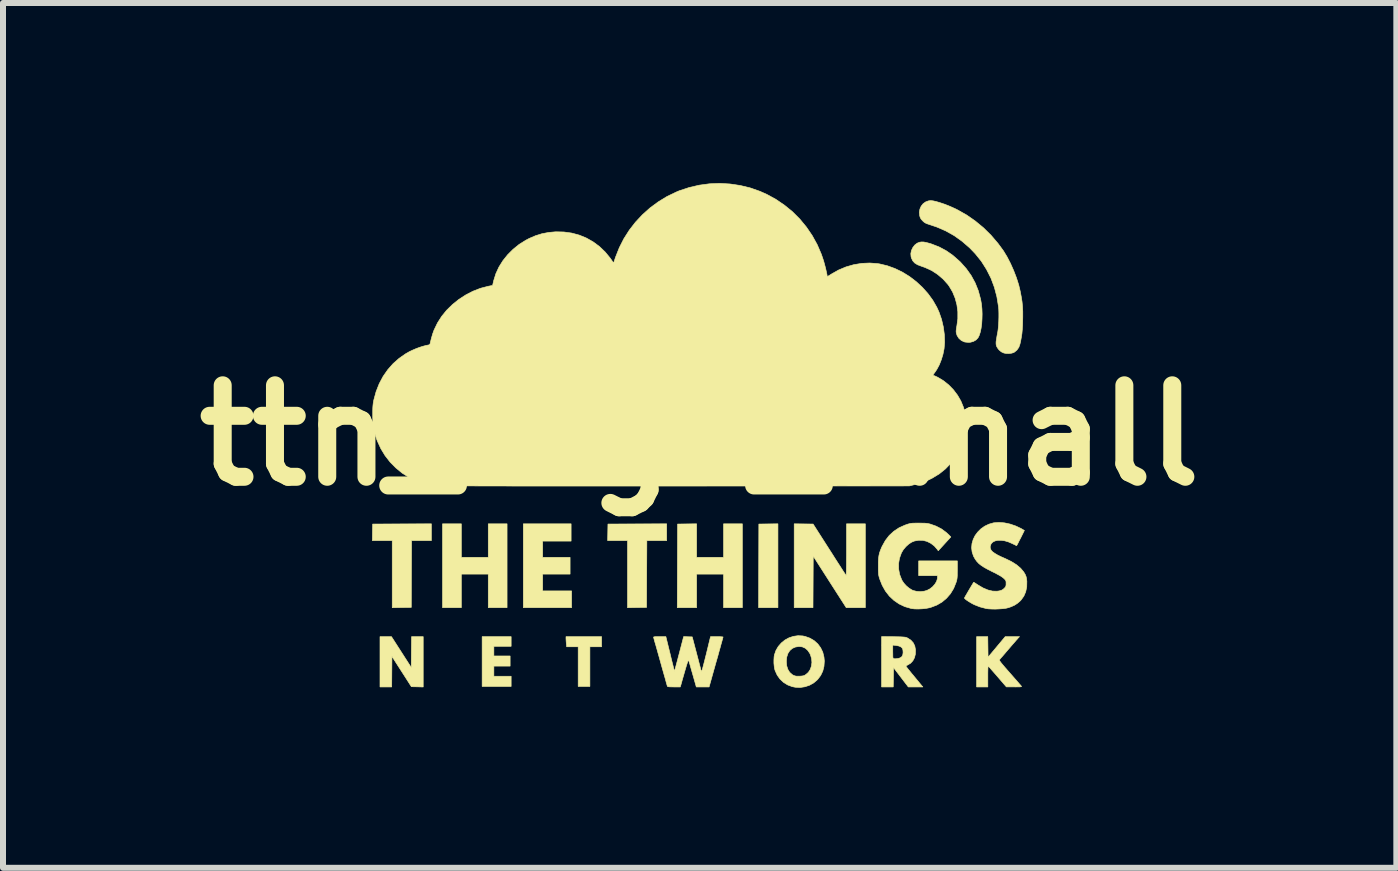
<source format=kicad_pcb>
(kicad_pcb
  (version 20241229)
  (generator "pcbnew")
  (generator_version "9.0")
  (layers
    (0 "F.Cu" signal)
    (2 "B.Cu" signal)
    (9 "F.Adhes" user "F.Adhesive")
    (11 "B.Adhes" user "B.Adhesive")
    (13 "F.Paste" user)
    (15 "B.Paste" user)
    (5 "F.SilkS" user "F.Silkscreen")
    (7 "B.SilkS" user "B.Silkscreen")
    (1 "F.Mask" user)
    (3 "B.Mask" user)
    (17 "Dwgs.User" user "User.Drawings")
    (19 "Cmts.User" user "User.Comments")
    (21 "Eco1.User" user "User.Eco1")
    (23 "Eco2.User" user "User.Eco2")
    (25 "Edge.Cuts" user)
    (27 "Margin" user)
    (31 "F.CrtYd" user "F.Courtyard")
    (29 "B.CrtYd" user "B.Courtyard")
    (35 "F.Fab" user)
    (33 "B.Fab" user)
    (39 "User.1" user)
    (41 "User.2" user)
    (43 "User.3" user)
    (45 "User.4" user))
  (footprint "ttn_logo_small"
    (layer "F.Cu")
    (at 8.607 4.204)
    (property "Reference" "ttn_logo_small" (at 0 0 0) (layer "F.SilkS") (effects (font (size 1.524 1.524) (thickness 0.3))))
    (attr through_hole)
    (fp_poly (pts (xy 1.304 2.87) (xy 0.982 2.87) (xy 0.986 1.477) (xy 1.145 1.475) (xy 1.304 1.473) (xy 1.304 2.87)) (stroke (width 0.01) (type solid)) (fill yes) (layer "F.SilkS"))
    (fp_poly (pts (xy -0.55 1.753) (xy -0.88 1.753) (xy -0.883 2.309) (xy -0.885 2.866) (xy -1.044 2.868) (xy -1.202 2.871) (xy -1.202 1.753) (xy -1.533 1.753) (xy -1.528 1.477) (xy -1.039 1.475) (xy -0.55 1.473) (xy -0.55 1.753)) (stroke (width 0.01) (type solid)) (fill yes) (layer "F.SilkS"))
    (fp_poly (pts (xy -4.47 1.753) (xy -4.8 1.753) (xy -4.803 2.309) (xy -4.805 2.866) (xy -4.964 2.868) (xy -5.122 2.871) (xy -5.122 1.753) (xy -5.453 1.753) (xy -5.451 1.615) (xy -5.448 1.477) (xy -4.959 1.475) (xy -4.47 1.473) (xy -4.47 1.753)) (stroke (width 0.01) (type solid)) (fill yes) (layer "F.SilkS"))
    (fp_poly (pts (xy -3.971 2.032) (xy -3.522 2.032) (xy -3.522 1.473) (xy -3.209 1.473) (xy -3.209 2.87) (xy -3.522 2.87) (xy -3.522 2.311) (xy -3.971 2.311) (xy -3.971 2.87) (xy -4.284 2.87) (xy -4.284 1.473) (xy -3.971 1.473) (xy -3.971 2.032)) (stroke (width 0.01) (type solid)) (fill yes) (layer "F.SilkS"))
    (fp_poly (pts (xy -3.141 3.514) (xy -3.429 3.514) (xy -3.429 3.675) (xy -3.158 3.675) (xy -3.158 3.844) (xy -3.429 3.844) (xy -3.429 4.013) (xy -3.141 4.013) (xy -3.141 4.183) (xy -3.624 4.183) (xy -3.624 3.353) (xy -3.141 3.353) (xy -3.141 3.514)) (stroke (width 0.01) (type solid)) (fill yes) (layer "F.SilkS"))
    (fp_poly (pts (xy -2.142 1.761) (xy -2.616 1.761) (xy -2.616 2.032) (xy -2.159 2.032) (xy -2.159 2.311) (xy -2.616 2.311) (xy -2.616 2.591) (xy -2.134 2.591) (xy -2.134 2.87) (xy -2.938 2.87) (xy -2.938 1.473) (xy -2.142 1.473) (xy -2.142 1.761)) (stroke (width 0.01) (type solid)) (fill yes) (layer "F.SilkS"))
    (fp_poly (pts (xy -1.634 3.522) (xy -1.829 3.522) (xy -1.829 4.183) (xy -2.024 4.183) (xy -2.024 3.522) (xy -2.216 3.522) (xy -2.221 3.47) (xy -2.224 3.436) (xy -2.226 3.403) (xy -2.227 3.385) (xy -2.227 3.353) (xy -1.634 3.353) (xy -1.634 3.522)) (stroke (width 0.01) (type solid)) (fill yes) (layer "F.SilkS"))
    (fp_poly (pts (xy -0.051 2.032) (xy 0.398 2.032) (xy 0.398 1.473) (xy 0.711 1.473) (xy 0.711 2.87) (xy 0.398 2.87) (xy 0.398 2.311) (xy -0.051 2.311) (xy -0.051 2.87) (xy -0.373 2.87) (xy -0.368 1.477) (xy -0.21 1.475) (xy -0.051 1.473) (xy -0.051 2.032)) (stroke (width 0.01) (type solid)) (fill yes) (layer "F.SilkS"))
    (fp_poly (pts (xy -4.97 3.61) (xy -4.805 3.867) (xy -4.803 3.61) (xy -4.8 3.353) (xy -4.606 3.353) (xy -4.606 4.192) (xy -4.704 4.189) (xy -4.803 4.187) (xy -4.965 3.934) (xy -5.127 3.682) (xy -5.129 3.936) (xy -5.131 4.191) (xy -5.326 4.191) (xy -5.326 3.353) (xy -5.135 3.353) (xy -4.97 3.61)) (stroke (width 0.01) (type solid)) (fill yes) (layer "F.SilkS"))
    (fp_poly (pts (xy 1.732 1.475) (xy 1.89 1.477) (xy 2.161 1.901) (xy 2.21 1.977) (xy 2.256 2.05) (xy 2.299 2.117) (xy 2.338 2.177) (xy 2.371 2.229) (xy 2.399 2.272) (xy 2.42 2.304) (xy 2.434 2.325) (xy 2.439 2.332) (xy 2.441 2.326) (xy 2.442 2.303) (xy 2.444 2.266) (xy 2.445 2.213) (xy 2.446 2.148) (xy 2.446 2.069) (xy 2.447 1.979) (xy 2.447 1.907) (xy 2.447 1.473) (xy 2.76 1.473) (xy 2.76 2.87) (xy 2.442 2.87) (xy 2.167 2.441) (xy 1.892 2.011) (xy 1.89 2.441) (xy 1.888 2.87) (xy 1.575 2.87) (xy 1.575 1.473) (xy 1.732 1.475)) (stroke (width 0.01) (type solid)) (fill yes) (layer "F.SilkS"))
    (fp_poly (pts (xy 4.805 3.695) (xy 4.948 3.524) (xy 5.091 3.353) (xy 5.329 3.353) (xy 5.307 3.376) (xy 5.296 3.389) (xy 5.275 3.412) (xy 5.248 3.444) (xy 5.215 3.481) (xy 5.18 3.522) (xy 5.143 3.565) (xy 5.106 3.608) (xy 5.072 3.648) (xy 5.042 3.683) (xy 5.018 3.71) (xy 5.002 3.729) (xy 4.997 3.736) (xy 4.995 3.741) (xy 4.996 3.748) (xy 5.001 3.759) (xy 5.012 3.775) (xy 5.03 3.798) (xy 5.055 3.828) (xy 5.088 3.867) (xy 5.131 3.916) (xy 5.166 3.956) (xy 5.21 4.006) (xy 5.251 4.053) (xy 5.288 4.095) (xy 5.318 4.13) (xy 5.341 4.156) (xy 5.355 4.172) (xy 5.358 4.176) (xy 5.362 4.182) (xy 5.36 4.186) (xy 5.352 4.188) (xy 5.334 4.19) (xy 5.305 4.19) (xy 5.262 4.191) (xy 5.24 4.19) (xy 5.11 4.19) (xy 4.961 4.017) (xy 4.922 3.972) (xy 4.886 3.931) (xy 4.855 3.896) (xy 4.831 3.868) (xy 4.814 3.851) (xy 4.807 3.844) (xy 4.807 3.844) (xy 4.805 3.852) (xy 4.803 3.875) (xy 4.802 3.909) (xy 4.801 3.953) (xy 4.801 4.003) (xy 4.801 4.017) (xy 4.801 4.191) (xy 4.614 4.191) (xy 4.614 3.353) (xy 4.8 3.353) (xy 4.805 3.695)) (stroke (width 0.01) (type solid)) (fill yes) (layer "F.SilkS"))
    (fp_poly (pts (xy 3.734 -3.222) (xy 3.783 -3.212) (xy 3.842 -3.196) (xy 3.866 -3.188) (xy 3.991 -3.139) (xy 4.107 -3.077) (xy 4.215 -3.002) (xy 4.319 -2.911) (xy 4.344 -2.888) (xy 4.441 -2.779) (xy 4.523 -2.664) (xy 4.59 -2.541) (xy 4.642 -2.411) (xy 4.68 -2.271) (xy 4.682 -2.262) (xy 4.695 -2.187) (xy 4.703 -2.106) (xy 4.706 -2.023) (xy 4.704 -1.939) (xy 4.699 -1.859) (xy 4.689 -1.785) (xy 4.675 -1.719) (xy 4.657 -1.664) (xy 4.637 -1.625) (xy 4.605 -1.591) (xy 4.562 -1.566) (xy 4.512 -1.552) (xy 4.483 -1.55) (xy 4.451 -1.552) (xy 4.423 -1.555) (xy 4.409 -1.558) (xy 4.36 -1.581) (xy 4.319 -1.617) (xy 4.289 -1.664) (xy 4.277 -1.702) (xy 4.273 -1.725) (xy 4.274 -1.751) (xy 4.278 -1.785) (xy 4.285 -1.824) (xy 4.301 -1.942) (xy 4.301 -2.06) (xy 4.286 -2.175) (xy 4.257 -2.285) (xy 4.214 -2.39) (xy 4.157 -2.486) (xy 4.136 -2.515) (xy 4.056 -2.604) (xy 3.965 -2.682) (xy 3.865 -2.747) (xy 3.756 -2.797) (xy 3.691 -2.82) (xy 3.63 -2.843) (xy 3.583 -2.872) (xy 3.55 -2.909) (xy 3.528 -2.955) (xy 3.522 -2.977) (xy 3.518 -3.028) (xy 3.528 -3.08) (xy 3.551 -3.129) (xy 3.583 -3.171) (xy 3.623 -3.202) (xy 3.662 -3.218) (xy 3.695 -3.223) (xy 3.734 -3.222)) (stroke (width 0.01) (type solid)) (fill yes) (layer "F.SilkS"))
    (fp_poly (pts (xy 3.228 3.354) (xy 3.291 3.355) (xy 3.34 3.356) (xy 3.377 3.358) (xy 3.404 3.36) (xy 3.424 3.362) (xy 3.44 3.366) (xy 3.453 3.371) (xy 3.464 3.376) (xy 3.518 3.411) (xy 3.558 3.455) (xy 3.584 3.508) (xy 3.596 3.572) (xy 3.596 3.578) (xy 3.594 3.644) (xy 3.579 3.704) (xy 3.552 3.755) (xy 3.514 3.796) (xy 3.472 3.822) (xy 3.451 3.833) (xy 3.439 3.842) (xy 3.437 3.845) (xy 3.443 3.853) (xy 3.457 3.873) (xy 3.479 3.901) (xy 3.507 3.935) (xy 3.539 3.975) (xy 3.545 3.981) (xy 3.58 4.024) (xy 3.614 4.065) (xy 3.645 4.102) (xy 3.669 4.132) (xy 3.685 4.151) (xy 3.718 4.191) (xy 3.597 4.191) (xy 3.476 4.191) (xy 3.23 3.869) (xy 3.228 4.03) (xy 3.225 4.191) (xy 3.031 4.191) (xy 3.031 3.605) (xy 3.217 3.605) (xy 3.218 3.651) (xy 3.218 3.682) (xy 3.22 3.702) (xy 3.224 3.713) (xy 3.229 3.719) (xy 3.232 3.72) (xy 3.257 3.722) (xy 3.291 3.719) (xy 3.324 3.712) (xy 3.344 3.704) (xy 3.369 3.686) (xy 3.383 3.66) (xy 3.389 3.623) (xy 3.389 3.611) (xy 3.387 3.582) (xy 3.382 3.557) (xy 3.379 3.549) (xy 3.358 3.527) (xy 3.323 3.51) (xy 3.275 3.5) (xy 3.267 3.499) (xy 3.217 3.494) (xy 3.217 3.605) (xy 3.031 3.605) (xy 3.031 3.352) (xy 3.228 3.354)) (stroke (width 0.01) (type solid)) (fill yes) (layer "F.SilkS"))
    (fp_poly (pts (xy 1.717 3.341) (xy 1.756 3.349) (xy 1.837 3.378) (xy 1.908 3.42) (xy 1.968 3.474) (xy 2.016 3.539) (xy 2.051 3.612) (xy 2.071 3.693) (xy 2.077 3.759) (xy 2.071 3.848) (xy 2.051 3.927) (xy 2.016 4) (xy 1.966 4.066) (xy 1.959 4.073) (xy 1.899 4.124) (xy 1.829 4.163) (xy 1.753 4.188) (xy 1.674 4.2) (xy 1.593 4.196) (xy 1.542 4.186) (xy 1.465 4.157) (xy 1.396 4.114) (xy 1.338 4.059) (xy 1.291 3.993) (xy 1.257 3.918) (xy 1.249 3.89) (xy 1.242 3.847) (xy 1.237 3.795) (xy 1.237 3.768) (xy 1.444 3.768) (xy 1.45 3.838) (xy 1.469 3.898) (xy 1.499 3.947) (xy 1.541 3.985) (xy 1.56 3.996) (xy 1.582 4.005) (xy 1.606 4.011) (xy 1.635 4.012) (xy 1.664 4.012) (xy 1.702 4.009) (xy 1.728 4.005) (xy 1.749 3.997) (xy 1.768 3.985) (xy 1.811 3.948) (xy 1.842 3.9) (xy 1.862 3.844) (xy 1.87 3.783) (xy 1.865 3.72) (xy 1.847 3.659) (xy 1.836 3.634) (xy 1.801 3.582) (xy 1.759 3.545) (xy 1.709 3.523) (xy 1.654 3.517) (xy 1.596 3.526) (xy 1.543 3.549) (xy 1.501 3.586) (xy 1.47 3.634) (xy 1.451 3.693) (xy 1.444 3.763) (xy 1.444 3.768) (xy 1.237 3.768) (xy 1.237 3.741) (xy 1.24 3.69) (xy 1.245 3.658) (xy 1.271 3.583) (xy 1.31 3.516) (xy 1.361 3.458) (xy 1.421 3.409) (xy 1.489 3.372) (xy 1.562 3.348) (xy 1.639 3.337) (xy 1.717 3.341)) (stroke (width 0.01) (type solid)) (fill yes) (layer "F.SilkS"))
    (fp_poly (pts (xy 3.888 -3.908) (xy 3.941 -3.896) (xy 4.002 -3.878) (xy 4.071 -3.855) (xy 4.144 -3.827) (xy 4.218 -3.795) (xy 4.291 -3.76) (xy 4.295 -3.758) (xy 4.446 -3.673) (xy 4.59 -3.573) (xy 4.727 -3.46) (xy 4.854 -3.335) (xy 4.97 -3.199) (xy 5.059 -3.078) (xy 5.12 -2.978) (xy 5.178 -2.866) (xy 5.231 -2.747) (xy 5.278 -2.625) (xy 5.316 -2.505) (xy 5.341 -2.4) (xy 5.358 -2.31) (xy 5.371 -2.228) (xy 5.379 -2.148) (xy 5.383 -2.065) (xy 5.383 -1.974) (xy 5.382 -1.922) (xy 5.38 -1.836) (xy 5.375 -1.762) (xy 5.369 -1.696) (xy 5.359 -1.632) (xy 5.347 -1.567) (xy 5.337 -1.523) (xy 5.318 -1.468) (xy 5.286 -1.422) (xy 5.245 -1.388) (xy 5.229 -1.379) (xy 5.194 -1.369) (xy 5.152 -1.364) (xy 5.107 -1.365) (xy 5.069 -1.372) (xy 5.069 -1.372) (xy 5.026 -1.392) (xy 4.987 -1.425) (xy 4.967 -1.451) (xy 4.954 -1.472) (xy 4.945 -1.49) (xy 4.94 -1.51) (xy 4.938 -1.534) (xy 4.939 -1.564) (xy 4.945 -1.602) (xy 4.953 -1.652) (xy 4.965 -1.716) (xy 4.966 -1.719) (xy 4.973 -1.768) (xy 4.979 -1.83) (xy 4.983 -1.898) (xy 4.985 -1.97) (xy 4.985 -2.039) (xy 4.983 -2.101) (xy 4.979 -2.142) (xy 4.952 -2.309) (xy 4.91 -2.468) (xy 4.853 -2.62) (xy 4.78 -2.764) (xy 4.694 -2.9) (xy 4.592 -3.027) (xy 4.498 -3.125) (xy 4.372 -3.234) (xy 4.239 -3.329) (xy 4.098 -3.408) (xy 3.95 -3.472) (xy 3.864 -3.501) (xy 3.819 -3.516) (xy 3.786 -3.527) (xy 3.762 -3.538) (xy 3.744 -3.549) (xy 3.727 -3.563) (xy 3.716 -3.574) (xy 3.691 -3.601) (xy 3.676 -3.627) (xy 3.666 -3.658) (xy 3.666 -3.661) (xy 3.66 -3.717) (xy 3.669 -3.77) (xy 3.69 -3.818) (xy 3.722 -3.859) (xy 3.763 -3.889) (xy 3.81 -3.907) (xy 3.848 -3.912) (xy 3.888 -3.908)) (stroke (width 0.01) (type solid)) (fill yes) (layer "F.SilkS"))
    (fp_poly (pts (xy -0.196 3.355) (xy -0.124 3.357) (xy -0.054 3.622) (xy -0.037 3.687) (xy -0.021 3.748) (xy -0.007 3.802) (xy 0.005 3.847) (xy 0.014 3.881) (xy 0.019 3.903) (xy 0.021 3.908) (xy 0.027 3.924) (xy 0.033 3.929) (xy 0.037 3.921) (xy 0.044 3.898) (xy 0.054 3.863) (xy 0.066 3.817) (xy 0.081 3.761) (xy 0.096 3.699) (xy 0.111 3.641) (xy 0.181 3.353) (xy 0.285 3.353) (xy 0.325 3.353) (xy 0.358 3.355) (xy 0.38 3.357) (xy 0.39 3.359) (xy 0.39 3.359) (xy 0.387 3.368) (xy 0.381 3.392) (xy 0.371 3.429) (xy 0.357 3.478) (xy 0.341 3.537) (xy 0.322 3.604) (xy 0.302 3.678) (xy 0.279 3.757) (xy 0.273 3.778) (xy 0.157 4.191) (xy -0.056 4.191) (xy -0.118 3.973) (xy -0.135 3.915) (xy -0.15 3.861) (xy -0.163 3.815) (xy -0.174 3.779) (xy -0.182 3.754) (xy -0.186 3.744) (xy -0.19 3.748) (xy -0.198 3.768) (xy -0.21 3.803) (xy -0.225 3.851) (xy -0.243 3.912) (xy -0.264 3.985) (xy -0.288 4.068) (xy -0.314 4.162) (xy -0.315 4.163) (xy -0.323 4.191) (xy -0.428 4.191) (xy -0.477 4.19) (xy -0.51 4.189) (xy -0.529 4.186) (xy -0.537 4.181) (xy -0.538 4.18) (xy -0.541 4.17) (xy -0.548 4.146) (xy -0.559 4.108) (xy -0.572 4.059) (xy -0.589 4) (xy -0.608 3.933) (xy -0.629 3.859) (xy -0.651 3.78) (xy -0.652 3.776) (xy -0.674 3.697) (xy -0.695 3.623) (xy -0.714 3.555) (xy -0.731 3.495) (xy -0.746 3.445) (xy -0.757 3.405) (xy -0.764 3.379) (xy -0.767 3.368) (xy -0.767 3.368) (xy -0.768 3.361) (xy -0.763 3.357) (xy -0.751 3.355) (xy -0.728 3.353) (xy -0.693 3.353) (xy -0.667 3.353) (xy -0.563 3.353) (xy -0.492 3.641) (xy -0.476 3.708) (xy -0.461 3.769) (xy -0.447 3.823) (xy -0.436 3.868) (xy -0.427 3.902) (xy -0.422 3.922) (xy -0.42 3.929) (xy -0.417 3.921) (xy -0.411 3.898) (xy -0.401 3.863) (xy -0.389 3.817) (xy -0.374 3.762) (xy -0.358 3.7) (xy -0.342 3.64) (xy -0.267 3.352) (xy -0.196 3.355)) (stroke (width 0.01) (type solid)) (fill yes) (layer "F.SilkS"))
    (fp_poly (pts (xy 3.708 1.462) (xy 3.755 1.463) (xy 3.792 1.467) (xy 3.824 1.473) (xy 3.84 1.477) (xy 3.937 1.511) (xy 4.028 1.558) (xy 4.109 1.618) (xy 4.148 1.654) (xy 4.185 1.692) (xy 4.08 1.807) (xy 3.975 1.922) (xy 3.959 1.899) (xy 3.909 1.842) (xy 3.851 1.798) (xy 3.787 1.766) (xy 3.72 1.749) (xy 3.65 1.747) (xy 3.581 1.759) (xy 3.533 1.778) (xy 3.485 1.809) (xy 3.438 1.851) (xy 3.395 1.901) (xy 3.363 1.954) (xy 3.36 1.961) (xy 3.329 2.047) (xy 3.314 2.135) (xy 3.315 2.226) (xy 3.331 2.315) (xy 3.364 2.4) (xy 3.375 2.422) (xy 3.404 2.464) (xy 3.442 2.506) (xy 3.486 2.543) (xy 3.531 2.572) (xy 3.553 2.583) (xy 3.612 2.598) (xy 3.676 2.603) (xy 3.74 2.596) (xy 3.786 2.583) (xy 3.836 2.557) (xy 3.881 2.522) (xy 3.918 2.48) (xy 3.946 2.435) (xy 3.96 2.39) (xy 3.962 2.369) (xy 3.962 2.337) (xy 3.649 2.337) (xy 3.649 2.091) (xy 4.293 2.091) (xy 4.293 2.238) (xy 4.292 2.293) (xy 4.292 2.335) (xy 4.29 2.367) (xy 4.287 2.392) (xy 4.282 2.416) (xy 4.275 2.44) (xy 4.271 2.452) (xy 4.231 2.551) (xy 4.178 2.638) (xy 4.113 2.713) (xy 4.037 2.777) (xy 3.951 2.827) (xy 3.854 2.864) (xy 3.831 2.871) (xy 3.774 2.882) (xy 3.71 2.889) (xy 3.644 2.892) (xy 3.582 2.891) (xy 3.53 2.885) (xy 3.522 2.883) (xy 3.418 2.853) (xy 3.323 2.808) (xy 3.237 2.749) (xy 3.161 2.678) (xy 3.095 2.593) (xy 3.041 2.497) (xy 3.001 2.396) (xy 2.992 2.368) (xy 2.986 2.344) (xy 2.981 2.32) (xy 2.979 2.292) (xy 2.977 2.257) (xy 2.977 2.21) (xy 2.977 2.18) (xy 2.977 2.11) (xy 2.98 2.053) (xy 2.986 2.005) (xy 2.996 1.96) (xy 3.011 1.916) (xy 3.031 1.867) (xy 3.041 1.846) (xy 3.094 1.751) (xy 3.158 1.668) (xy 3.234 1.598) (xy 3.321 1.54) (xy 3.42 1.495) (xy 3.438 1.489) (xy 3.469 1.478) (xy 3.495 1.471) (xy 3.519 1.466) (xy 3.546 1.463) (xy 3.58 1.462) (xy 3.625 1.461) (xy 3.649 1.461) (xy 3.708 1.462)) (stroke (width 0.01) (type solid)) (fill yes) (layer "F.SilkS"))
    (fp_poly (pts (xy 5.077 1.457) (xy 5.171 1.477) (xy 5.265 1.509) (xy 5.356 1.552) (xy 5.374 1.563) (xy 5.41 1.584) (xy 5.347 1.711) (xy 5.325 1.752) (xy 5.307 1.789) (xy 5.293 1.816) (xy 5.283 1.833) (xy 5.281 1.837) (xy 5.273 1.834) (xy 5.253 1.824) (xy 5.226 1.811) (xy 5.212 1.804) (xy 5.145 1.775) (xy 5.081 1.756) (xy 5.021 1.748) (xy 4.967 1.748) (xy 4.92 1.759) (xy 4.883 1.778) (xy 4.856 1.806) (xy 4.842 1.843) (xy 4.84 1.862) (xy 4.844 1.888) (xy 4.857 1.914) (xy 4.881 1.94) (xy 4.918 1.966) (xy 4.967 1.995) (xy 5.031 2.026) (xy 5.093 2.053) (xy 5.193 2.102) (xy 5.278 2.155) (xy 5.347 2.213) (xy 5.399 2.275) (xy 5.425 2.319) (xy 5.438 2.351) (xy 5.446 2.386) (xy 5.451 2.43) (xy 5.451 2.436) (xy 5.449 2.525) (xy 5.432 2.606) (xy 5.401 2.678) (xy 5.355 2.742) (xy 5.335 2.763) (xy 5.291 2.8) (xy 5.244 2.83) (xy 5.188 2.855) (xy 5.144 2.87) (xy 5.104 2.88) (xy 5.052 2.887) (xy 4.992 2.891) (xy 4.929 2.894) (xy 4.868 2.893) (xy 4.813 2.89) (xy 4.768 2.884) (xy 4.767 2.883) (xy 4.668 2.857) (xy 4.577 2.821) (xy 4.547 2.806) (xy 4.512 2.786) (xy 4.478 2.765) (xy 4.448 2.745) (xy 4.425 2.727) (xy 4.413 2.714) (xy 4.411 2.711) (xy 4.415 2.702) (xy 4.426 2.681) (xy 4.443 2.653) (xy 4.463 2.618) (xy 4.485 2.58) (xy 4.507 2.543) (xy 4.528 2.508) (xy 4.546 2.478) (xy 4.559 2.457) (xy 4.566 2.447) (xy 4.567 2.447) (xy 4.574 2.451) (xy 4.593 2.463) (xy 4.619 2.48) (xy 4.637 2.492) (xy 4.722 2.542) (xy 4.803 2.576) (xy 4.879 2.594) (xy 4.953 2.596) (xy 4.991 2.591) (xy 5.027 2.581) (xy 5.054 2.566) (xy 5.074 2.548) (xy 5.092 2.529) (xy 5.101 2.512) (xy 5.105 2.49) (xy 5.105 2.468) (xy 5.105 2.44) (xy 5.1 2.421) (xy 5.09 2.405) (xy 5.07 2.384) (xy 5.067 2.382) (xy 5.045 2.364) (xy 5.012 2.342) (xy 4.967 2.317) (xy 4.91 2.287) (xy 4.875 2.27) (xy 4.8 2.232) (xy 4.739 2.198) (xy 4.69 2.166) (xy 4.65 2.134) (xy 4.619 2.101) (xy 4.592 2.065) (xy 4.569 2.024) (xy 4.562 2.011) (xy 4.539 1.942) (xy 4.531 1.873) (xy 4.537 1.803) (xy 4.557 1.734) (xy 4.589 1.669) (xy 4.633 1.61) (xy 4.686 1.557) (xy 4.748 1.513) (xy 4.819 1.479) (xy 4.896 1.457) (xy 4.903 1.456) (xy 4.987 1.45) (xy 5.077 1.457)) (stroke (width 0.01) (type solid)) (fill yes) (layer "F.SilkS"))
    (fp_poly (pts (xy 0.505 -4.189) (xy 0.674 -4.164) (xy 0.841 -4.124) (xy 1.003 -4.067) (xy 1.114 -4.018) (xy 1.268 -3.934) (xy 1.412 -3.836) (xy 1.546 -3.727) (xy 1.668 -3.605) (xy 1.777 -3.473) (xy 1.874 -3.331) (xy 1.958 -3.179) (xy 2.027 -3.019) (xy 2.052 -2.946) (xy 2.065 -2.907) (xy 2.078 -2.86) (xy 2.091 -2.811) (xy 2.103 -2.762) (xy 2.113 -2.717) (xy 2.121 -2.679) (xy 2.125 -2.653) (xy 2.125 -2.646) (xy 2.132 -2.648) (xy 2.149 -2.659) (xy 2.175 -2.675) (xy 2.197 -2.689) (xy 2.314 -2.755) (xy 2.438 -2.807) (xy 2.567 -2.844) (xy 2.699 -2.866) (xy 2.833 -2.872) (xy 2.965 -2.862) (xy 2.998 -2.857) (xy 3.127 -2.826) (xy 3.254 -2.78) (xy 3.378 -2.72) (xy 3.496 -2.647) (xy 3.607 -2.562) (xy 3.71 -2.467) (xy 3.803 -2.363) (xy 3.884 -2.252) (xy 3.951 -2.135) (xy 3.987 -2.057) (xy 4.03 -1.933) (xy 4.06 -1.805) (xy 4.077 -1.677) (xy 4.081 -1.552) (xy 4.072 -1.443) (xy 4.054 -1.353) (xy 4.027 -1.263) (xy 3.993 -1.177) (xy 3.952 -1.1) (xy 3.919 -1.051) (xy 3.9 -1.025) (xy 3.89 -1.009) (xy 3.888 -1.002) (xy 3.892 -0.999) (xy 3.895 -0.999) (xy 3.907 -0.995) (xy 3.929 -0.986) (xy 3.958 -0.972) (xy 3.965 -0.969) (xy 4.06 -0.912) (xy 4.148 -0.842) (xy 4.227 -0.761) (xy 4.296 -0.67) (xy 4.352 -0.573) (xy 4.394 -0.471) (xy 4.408 -0.424) (xy 4.425 -0.336) (xy 4.431 -0.239) (xy 4.427 -0.136) (xy 4.415 -0.032) (xy 4.393 0.069) (xy 4.377 0.122) (xy 4.327 0.246) (xy 4.262 0.36) (xy 4.185 0.464) (xy 4.095 0.558) (xy 3.994 0.639) (xy 3.88 0.709) (xy 3.864 0.717) (xy 3.808 0.745) (xy 3.755 0.767) (xy 3.7 0.786) (xy 3.639 0.805) (xy 3.581 0.82) (xy 3.493 0.842) (xy -0.449 0.844) (xy -0.764 0.844) (xy -1.063 0.844) (xy -1.347 0.844) (xy -1.614 0.844) (xy -1.866 0.844) (xy -2.103 0.844) (xy -2.326 0.844) (xy -2.535 0.844) (xy -2.731 0.844) (xy -2.913 0.844) (xy -3.083 0.844) (xy -3.24 0.843) (xy -3.386 0.843) (xy -3.52 0.843) (xy -3.643 0.843) (xy -3.755 0.842) (xy -3.858 0.842) (xy -3.951 0.842) (xy -4.034 0.841) (xy -4.109 0.841) (xy -4.175 0.84) (xy -4.233 0.84) (xy -4.283 0.839) (xy -4.327 0.839) (xy -4.363 0.838) (xy -4.394 0.837) (xy -4.418 0.837) (xy -4.437 0.836) (xy -4.451 0.835) (xy -4.46 0.834) (xy -4.462 0.834) (xy -4.595 0.804) (xy -4.723 0.759) (xy -4.844 0.7) (xy -4.958 0.627) (xy -5.062 0.541) (xy -5.157 0.445) (xy -5.241 0.337) (xy -5.312 0.22) (xy -5.37 0.094) (xy -5.384 0.057) (xy -5.407 -0.015) (xy -5.424 -0.081) (xy -5.436 -0.147) (xy -5.444 -0.218) (xy -5.447 -0.297) (xy -5.447 -0.347) (xy -5.447 -0.409) (xy -5.446 -0.458) (xy -5.443 -0.499) (xy -5.439 -0.534) (xy -5.433 -0.569) (xy -5.429 -0.59) (xy -5.391 -0.729) (xy -5.339 -0.861) (xy -5.274 -0.983) (xy -5.196 -1.095) (xy -5.107 -1.196) (xy -5.006 -1.285) (xy -4.895 -1.362) (xy -4.835 -1.396) (xy -4.784 -1.42) (xy -4.726 -1.445) (xy -4.667 -1.467) (xy -4.61 -1.485) (xy -4.561 -1.498) (xy -4.536 -1.503) (xy -4.511 -1.508) (xy -4.498 -1.516) (xy -4.491 -1.528) (xy -4.491 -1.531) (xy -4.47 -1.617) (xy -4.449 -1.69) (xy -4.426 -1.754) (xy -4.424 -1.758) (xy -4.368 -1.874) (xy -4.298 -1.984) (xy -4.214 -2.087) (xy -4.118 -2.181) (xy -4.012 -2.266) (xy -3.898 -2.34) (xy -3.778 -2.402) (xy -3.652 -2.451) (xy -3.522 -2.485) (xy -3.521 -2.485) (xy -3.45 -2.499) (xy -3.432 -2.577) (xy -3.396 -2.693) (xy -3.345 -2.804) (xy -3.279 -2.91) (xy -3.2 -3.009) (xy -3.109 -3.1) (xy -3.008 -3.182) (xy -2.896 -3.252) (xy -2.841 -3.281) (xy -2.734 -3.327) (xy -2.628 -3.36) (xy -2.518 -3.381) (xy -2.399 -3.392) (xy -2.396 -3.392) (xy -2.262 -3.389) (xy -2.132 -3.371) (xy -2.006 -3.337) (xy -1.887 -3.288) (xy -1.774 -3.224) (xy -1.67 -3.147) (xy -1.575 -3.056) (xy -1.49 -2.953) (xy -1.477 -2.934) (xy -1.434 -2.872) (xy -1.401 -2.971) (xy -1.339 -3.127) (xy -1.263 -3.277) (xy -1.172 -3.42) (xy -1.069 -3.553) (xy -0.953 -3.677) (xy -0.827 -3.79) (xy -0.69 -3.891) (xy -0.545 -3.98) (xy -0.391 -4.054) (xy -0.339 -4.076) (xy -0.175 -4.13) (xy -0.007 -4.169) (xy 0.163 -4.192) (xy 0.334 -4.199) (xy 0.505 -4.189)) (stroke (width 0.01) (type solid)) (fill yes) (layer "F.SilkS")))
  (gr_rect
    (start -3 -3)
    (end 20.214 11.408)
    (stroke (width 0.1) (type default))
    (fill no)
    (layer "Edge.Cuts")))
</source>
